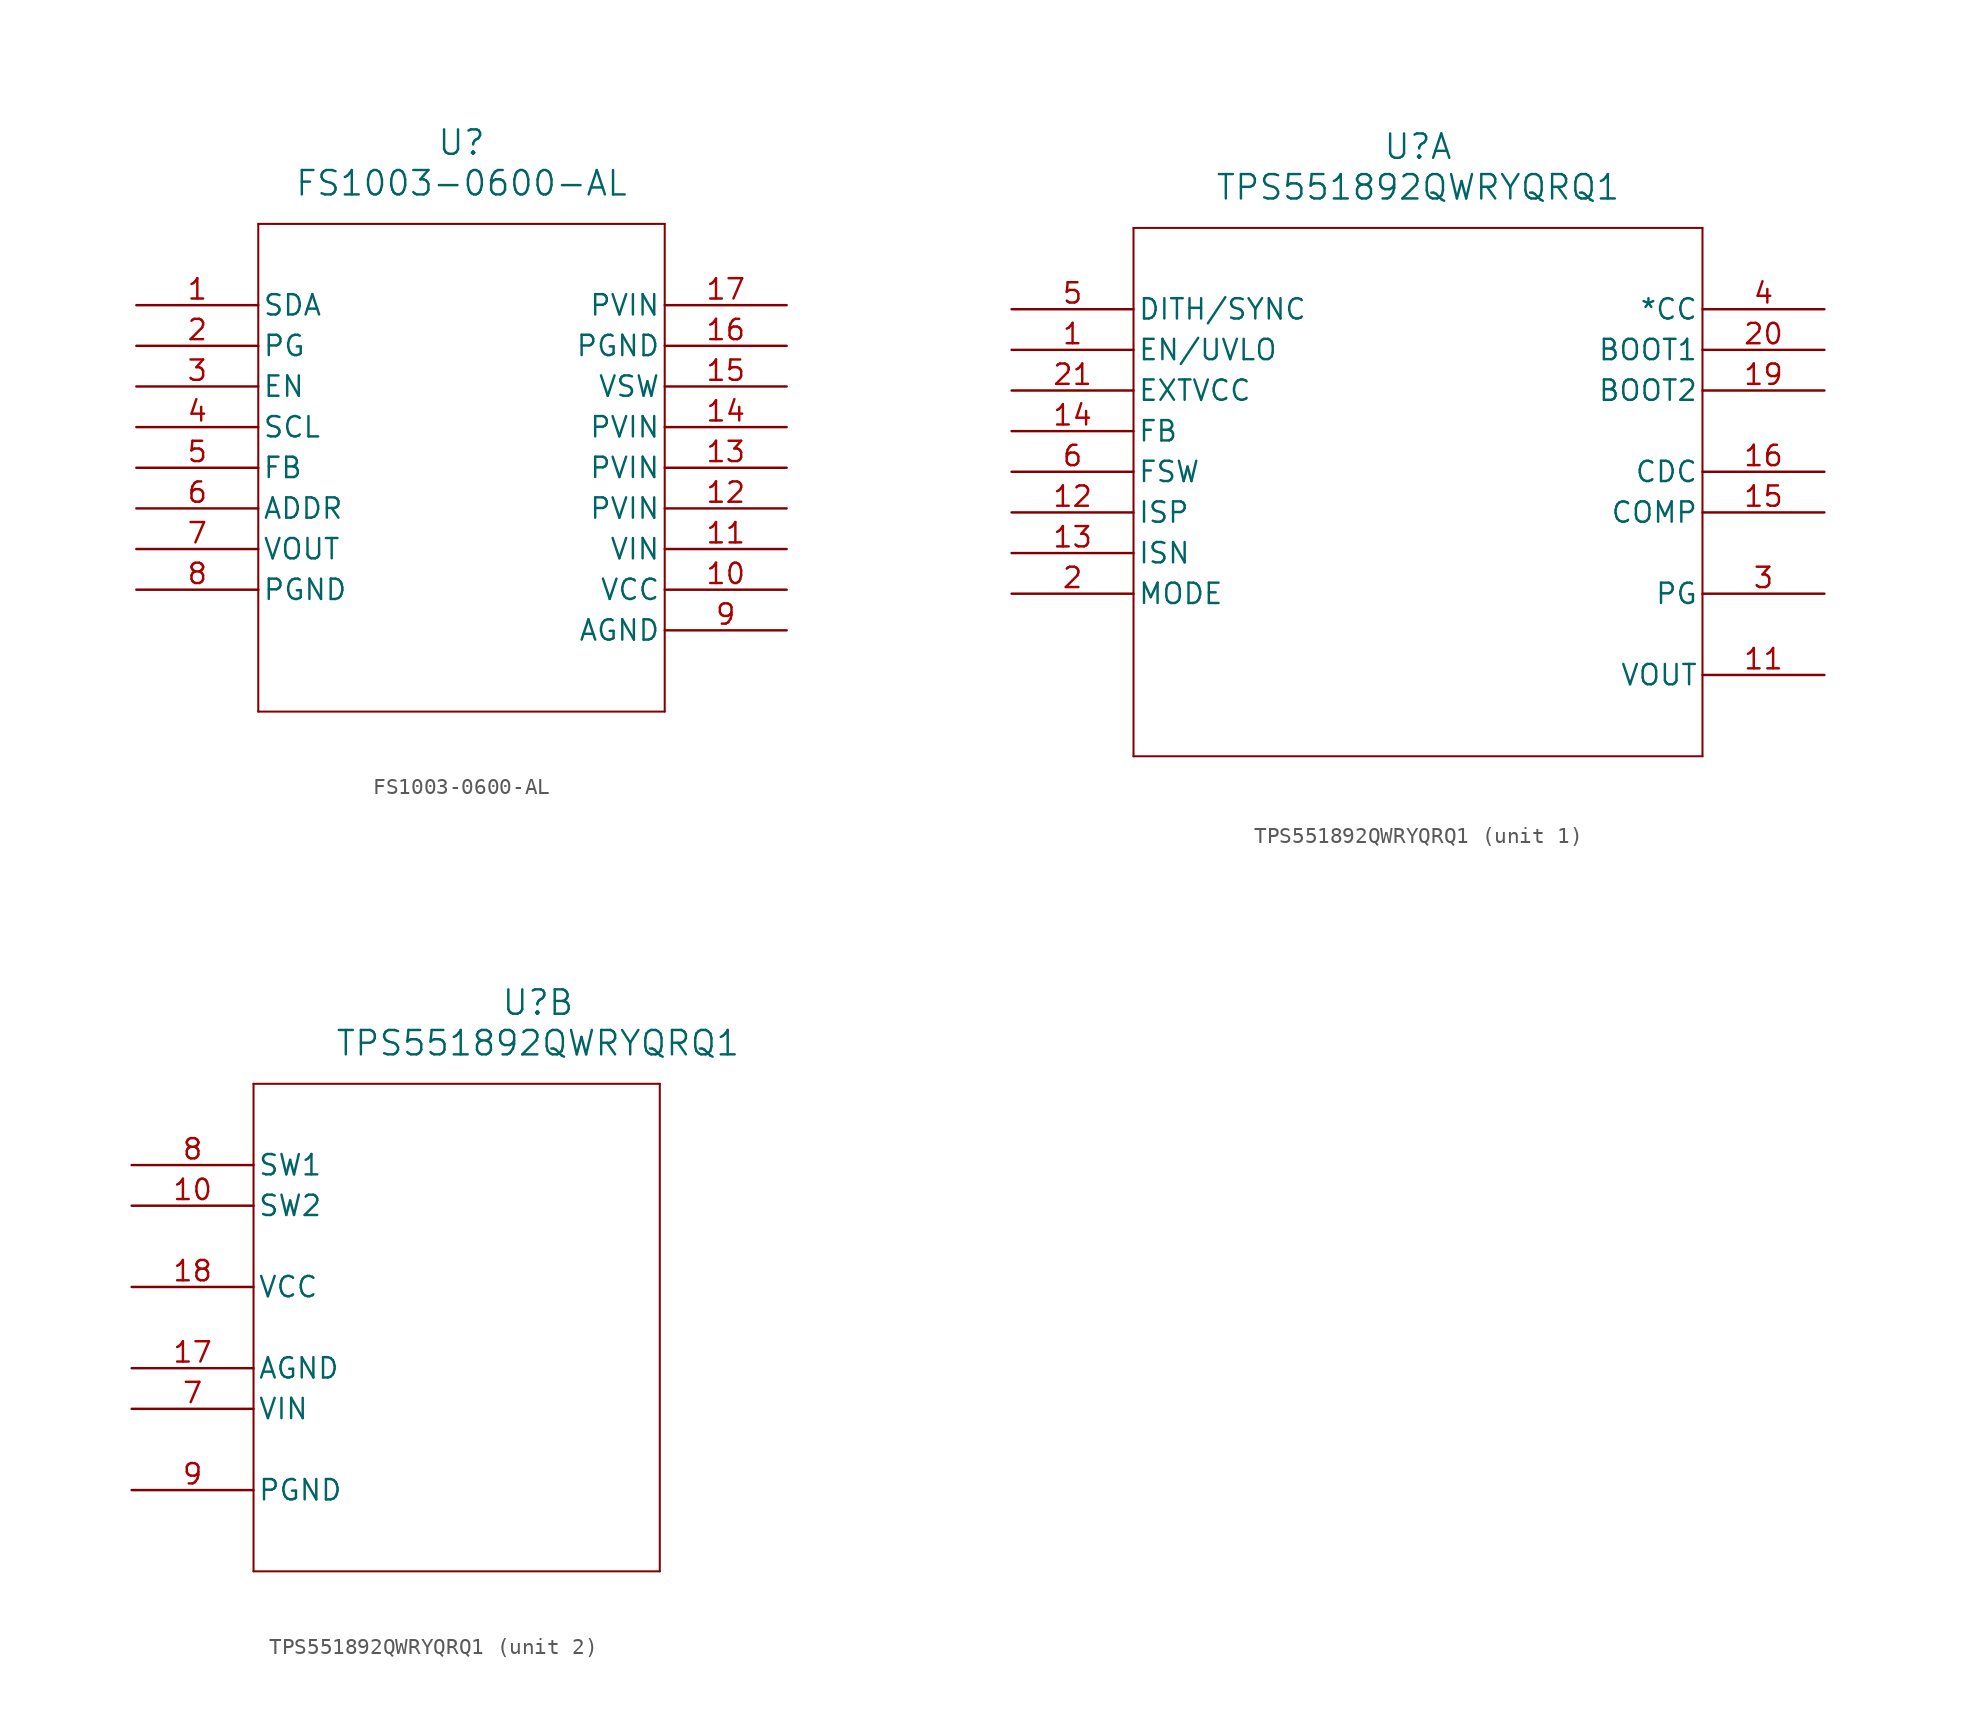
<source format=kicad_sym>
(kicad_symbol_lib
  (version 20241209)
  (generator "kicad_symbol_editor")
  (generator_version "9.0")
  (symbol "FS1003-0600-AL"
    (pin_names
      (offset 0.254))
    (property "Reference" "U"
      (at 20.32 10.16 0)
      (effects (font (size 1.524 1.524))))
    (property "Value" "FS1003-0600-AL"
      (at 20.32 7.62 0)
      (effects (font (size 1.524 1.524))))
    (symbol "FS1003-0600-AL_0_1"
      (polyline (pts (xy 7.62 5.08) (xy 7.62 -25.4)) (stroke (width 0.127) (type default)) (fill (type none)))
      (polyline (pts (xy 7.62 -25.4) (xy 33.02 -25.4)) (stroke (width 0.127) (type default)) (fill (type none)))
      (polyline (pts (xy 33.02 5.08) (xy 7.62 5.08)) (stroke (width 0.127) (type default)) (fill (type none)))
      (polyline (pts (xy 33.02 -25.4) (xy 33.02 5.08)) (stroke (width 0.127) (type default)) (fill (type none)))
      (pin bidirectional line (at 0 0 0) (length 7.62) (name "SDA" (effects (font (size 1.27 1.27)))) (number "1" (effects (font (size 1.27 1.27)))))
      (pin output line (at 0 -2.54 0) (length 7.62) (name "PG" (effects (font (size 1.27 1.27)))) (number "2" (effects (font (size 1.27 1.27)))))
      (pin input line (at 0 -5.08 0) (length 7.62) (name "EN" (effects (font (size 1.27 1.27)))) (number "3" (effects (font (size 1.27 1.27)))))
      (pin input line (at 0 -7.62 0) (length 7.62) (name "SCL" (effects (font (size 1.27 1.27)))) (number "4" (effects (font (size 1.27 1.27)))))
      (pin unspecified line (at 0 -10.16 0) (length 7.62) (name "FB" (effects (font (size 1.27 1.27)))) (number "5" (effects (font (size 1.27 1.27)))))
      (pin unspecified line (at 0 -12.7 0) (length 7.62) (name "ADDR" (effects (font (size 1.27 1.27)))) (number "6" (effects (font (size 1.27 1.27)))))
      (pin output line (at 0 -15.24 0) (length 7.62) (name "VOUT" (effects (font (size 1.27 1.27)))) (number "7" (effects (font (size 1.27 1.27)))))
      (pin power_out line (at 0 -17.78 0) (length 7.62) (name "PGND" (effects (font (size 1.27 1.27)))) (number "8" (effects (font (size 1.27 1.27)))))
      (pin power_in line (at 40.64 0 180) (length 7.62) (name "PVIN" (effects (font (size 1.27 1.27)))) (number "17" (effects (font (size 1.27 1.27)))))
      (pin power_out line (at 40.64 -2.54 180) (length 7.62) (name "PGND" (effects (font (size 1.27 1.27)))) (number "16" (effects (font (size 1.27 1.27)))))
      (pin unspecified line (at 40.64 -5.08 180) (length 7.62) (name "VSW" (effects (font (size 1.27 1.27)))) (number "15" (effects (font (size 1.27 1.27)))))
      (pin power_in line (at 40.64 -7.62 180) (length 7.62) (name "PVIN" (effects (font (size 1.27 1.27)))) (number "14" (effects (font (size 1.27 1.27)))))
      (pin power_in line (at 40.64 -10.16 180) (length 7.62) (name "PVIN" (effects (font (size 1.27 1.27)))) (number "13" (effects (font (size 1.27 1.27)))))
      (pin power_in line (at 40.64 -12.7 180) (length 7.62) (name "PVIN" (effects (font (size 1.27 1.27)))) (number "12" (effects (font (size 1.27 1.27)))))
      (pin power_in line (at 40.64 -15.24 180) (length 7.62) (name "VIN" (effects (font (size 1.27 1.27)))) (number "11" (effects (font (size 1.27 1.27)))))
      (pin power_in line (at 40.64 -17.78 180) (length 7.62) (name "VCC" (effects (font (size 1.27 1.27)))) (number "10" (effects (font (size 1.27 1.27)))))
      (pin power_out line (at 40.64 -20.32 180) (length 7.62) (name "AGND" (effects (font (size 1.27 1.27)))) (number "9" (effects (font (size 1.27 1.27)))))))
  (symbol "TPS551892QWRYQRQ1"
    (pin_names
      (offset 0.254))
    (property "Reference" "U"
      (at 25.4 10.16 0)
      (effects (font (size 1.524 1.524))))
    (property "Value" "TPS551892QWRYQRQ1"
      (at 25.4 7.62 0)
      (effects (font (size 1.524 1.524))))
    (property "ki_locked" ""
      (at 0 0 0)
      (effects (font (size 1.27 1.27))))
    (symbol "TPS551892QWRYQRQ1_1_1"
      (polyline (pts (xy 7.62 5.08) (xy 7.62 -27.94)) (stroke (width 0.127) (type default)) (fill (type none)))
      (polyline (pts (xy 7.62 -27.94) (xy 43.18 -27.94)) (stroke (width 0.127) (type default)) (fill (type none)))
      (polyline (pts (xy 43.18 5.08) (xy 7.62 5.08)) (stroke (width 0.127) (type default)) (fill (type none)))
      (polyline (pts (xy 43.18 -27.94) (xy 43.18 5.08)) (stroke (width 0.127) (type default)) (fill (type none)))
      (pin input line (at 0 0 0) (length 7.62) (name "DITH/SYNC" (effects (font (size 1.27 1.27)))) (number "5" (effects (font (size 1.27 1.27)))))
      (pin input line (at 0 -2.54 0) (length 7.62) (name "EN/UVLO" (effects (font (size 1.27 1.27)))) (number "1" (effects (font (size 1.27 1.27)))))
      (pin input line (at 0 -5.08 0) (length 7.62) (name "EXTVCC" (effects (font (size 1.27 1.27)))) (number "21" (effects (font (size 1.27 1.27)))))
      (pin input line (at 0 -7.62 0) (length 7.62) (name "FB" (effects (font (size 1.27 1.27)))) (number "14" (effects (font (size 1.27 1.27)))))
      (pin input line (at 0 -10.16 0) (length 7.62) (name "FSW" (effects (font (size 1.27 1.27)))) (number "6" (effects (font (size 1.27 1.27)))))
      (pin input line (at 0 -12.7 0) (length 7.62) (name "ISP" (effects (font (size 1.27 1.27)))) (number "12" (effects (font (size 1.27 1.27)))))
      (pin input line (at 0 -15.24 0) (length 7.62) (name "ISN" (effects (font (size 1.27 1.27)))) (number "13" (effects (font (size 1.27 1.27)))))
      (pin input line (at 0 -17.78 0) (length 7.62) (name "MODE" (effects (font (size 1.27 1.27)))) (number "2" (effects (font (size 1.27 1.27)))))
      (pin output line (at 50.8 0 180) (length 7.62) (name "*CC" (effects (font (size 1.27 1.27)))) (number "4" (effects (font (size 1.27 1.27)))))
      (pin output line (at 50.8 -2.54 180) (length 7.62) (name "BOOT1" (effects (font (size 1.27 1.27)))) (number "20" (effects (font (size 1.27 1.27)))))
      (pin output line (at 50.8 -5.08 180) (length 7.62) (name "BOOT2" (effects (font (size 1.27 1.27)))) (number "19" (effects (font (size 1.27 1.27)))))
      (pin output line (at 50.8 -10.16 180) (length 7.62) (name "CDC" (effects (font (size 1.27 1.27)))) (number "16" (effects (font (size 1.27 1.27)))))
      (pin output line (at 50.8 -12.7 180) (length 7.62) (name "COMP" (effects (font (size 1.27 1.27)))) (number "15" (effects (font (size 1.27 1.27)))))
      (pin output line (at 50.8 -17.78 180) (length 7.62) (name "PG" (effects (font (size 1.27 1.27)))) (number "3" (effects (font (size 1.27 1.27)))))
      (pin power_in line (at 50.8 -22.86 180) (length 7.62) (name "VOUT" (effects (font (size 1.27 1.27)))) (number "11" (effects (font (size 1.27 1.27))))))
    (symbol "TPS551892QWRYQRQ1_2_1"
      (polyline (pts (xy 7.62 5.08) (xy 7.62 -25.4)) (stroke (width 0.127) (type default)) (fill (type none)))
      (polyline (pts (xy 7.62 -25.4) (xy 33.02 -25.4)) (stroke (width 0.127) (type default)) (fill (type none)))
      (polyline (pts (xy 33.02 5.08) (xy 7.62 5.08)) (stroke (width 0.127) (type default)) (fill (type none)))
      (polyline (pts (xy 33.02 -25.4) (xy 33.02 5.08)) (stroke (width 0.127) (type default)) (fill (type none)))
      (pin power_in line (at 0 0 0) (length 7.62) (name "SW1" (effects (font (size 1.27 1.27)))) (number "8" (effects (font (size 1.27 1.27)))))
      (pin power_in line (at 0 -2.54 0) (length 7.62) (name "SW2" (effects (font (size 1.27 1.27)))) (number "10" (effects (font (size 1.27 1.27)))))
      (pin output line (at 0 -7.62 0) (length 7.62) (name "VCC" (effects (font (size 1.27 1.27)))) (number "18" (effects (font (size 1.27 1.27)))))
      (pin power_out line (at 0 -12.7 0) (length 7.62) (name "AGND" (effects (font (size 1.27 1.27)))) (number "17" (effects (font (size 1.27 1.27)))))
      (pin power_in line (at 0 -15.24 0) (length 7.62) (name "VIN" (effects (font (size 1.27 1.27)))) (number "7" (effects (font (size 1.27 1.27)))))
      (pin power_in line (at 0 -20.32 0) (length 7.62) (name "PGND" (effects (font (size 1.27 1.27)))) (number "9" (effects (font (size 1.27 1.27))))))))
</source>
